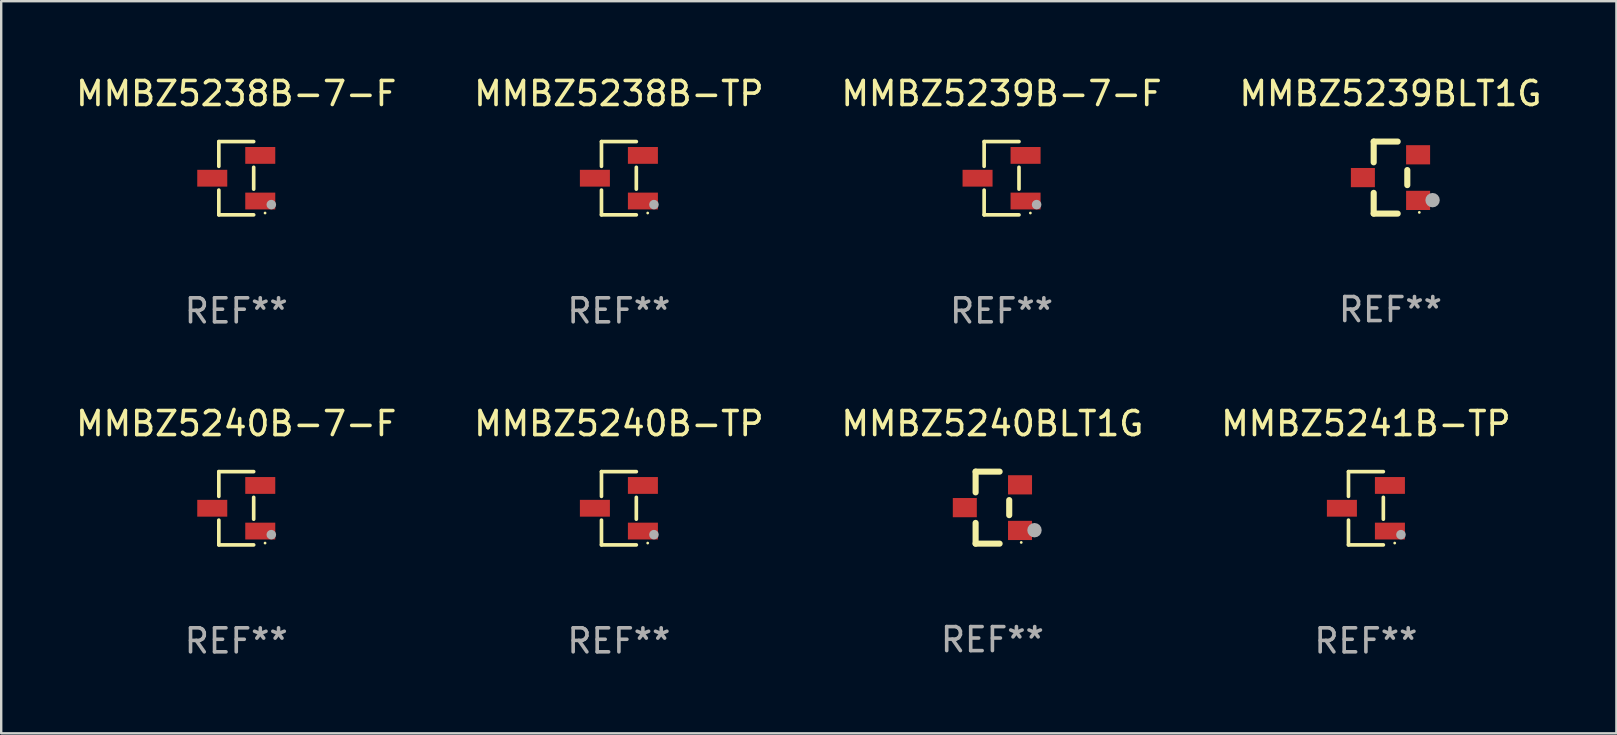
<source format=kicad_pcb>
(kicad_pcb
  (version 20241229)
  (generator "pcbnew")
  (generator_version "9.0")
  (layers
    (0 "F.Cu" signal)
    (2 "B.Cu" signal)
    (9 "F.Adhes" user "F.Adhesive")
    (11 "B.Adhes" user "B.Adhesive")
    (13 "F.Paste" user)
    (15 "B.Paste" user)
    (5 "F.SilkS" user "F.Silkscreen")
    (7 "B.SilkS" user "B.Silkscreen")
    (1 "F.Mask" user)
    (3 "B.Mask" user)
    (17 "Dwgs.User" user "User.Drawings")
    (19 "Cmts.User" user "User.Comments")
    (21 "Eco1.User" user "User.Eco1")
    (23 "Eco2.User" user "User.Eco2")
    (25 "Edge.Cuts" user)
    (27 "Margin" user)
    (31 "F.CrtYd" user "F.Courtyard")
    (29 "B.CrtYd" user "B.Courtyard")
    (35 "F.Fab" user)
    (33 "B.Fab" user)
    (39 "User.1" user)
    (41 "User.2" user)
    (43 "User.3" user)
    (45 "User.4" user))
  (footprint "MMBZ5239B-7-F"
    (layer "F.Cu")
    (at 38.673 4.374)
    (property "Reference" "MMBZ5239B-7-F" (at 0 -3.526 0) (layer "F.SilkS") (effects (font (size 1 1) (thickness 0.15))))
    (attr through_hole)
    (fp_line (start -0.726 -1.526) (end -0.726 -0.495) (stroke (width 0.152) (type solid)) (layer "F.SilkS"))
    (fp_line (start -0.726 1.526) (end -0.726 0.495) (stroke (width 0.152) (type solid)) (layer "F.SilkS"))
    (fp_line (start 0.726 -1.526) (end -0.726 -1.526) (stroke (width 0.152) (type solid)) (layer "F.SilkS"))
    (fp_line (start 0.726 -0.455) (end 0.726 0.455) (stroke (width 0.152) (type solid)) (layer "F.SilkS"))
    (fp_line (start 0.726 1.526) (end -0.726 1.526) (stroke (width 0.152) (type solid)) (layer "F.SilkS"))
    (fp_circle (center 1.2 1.45) (end 1.23 1.45) (stroke (width 0.06) (type solid)) (fill no) (layer "F.SilkS"))
    (fp_circle (center 1.46 1.1) (end 1.56 1.1) (stroke (width 0.2) (type solid)) (fill no) (layer "F.Fab"))
    (fp_text user "REF**" (at 0 5.526 0) (layer "F.Fab") (effects (font (size 1 1) (thickness 0.15))))
    (pad "1" smd rect (at 1 0.95) (size 1.25 0.7) (layers "F.Cu" "F.Mask" "F.Paste"))
    (pad "2" smd rect (at 1 -0.95) (size 1.25 0.7) (layers "F.Cu" "F.Mask" "F.Paste"))
    (pad "3" smd rect (at -1 0) (size 1.25 0.7) (layers "F.Cu" "F.Mask" "F.Paste")))
  (footprint "MMBZ5240B-TP"
    (layer "F.Cu")
    (at 22.732 18.123)
    (property "Reference" "MMBZ5240B-TP" (at 0 -3.526 0) (layer "F.SilkS") (effects (font (size 1 1) (thickness 0.15))))
    (attr through_hole)
    (fp_line (start -0.726 -1.526) (end -0.726 -0.495) (stroke (width 0.152) (type solid)) (layer "F.SilkS"))
    (fp_line (start -0.726 1.526) (end -0.726 0.495) (stroke (width 0.152) (type solid)) (layer "F.SilkS"))
    (fp_line (start 0.726 -1.526) (end -0.726 -1.526) (stroke (width 0.152) (type solid)) (layer "F.SilkS"))
    (fp_line (start 0.726 -0.455) (end 0.726 0.455) (stroke (width 0.152) (type solid)) (layer "F.SilkS"))
    (fp_line (start 0.726 1.526) (end -0.726 1.526) (stroke (width 0.152) (type solid)) (layer "F.SilkS"))
    (fp_circle (center 1.2 1.45) (end 1.23 1.45) (stroke (width 0.06) (type solid)) (fill no) (layer "F.SilkS"))
    (fp_circle (center 1.46 1.1) (end 1.56 1.1) (stroke (width 0.2) (type solid)) (fill no) (layer "F.Fab"))
    (fp_text user "REF**" (at 0 5.526 0) (layer "F.Fab") (effects (font (size 1 1) (thickness 0.15))))
    (pad "1" smd rect (at 1 0.95) (size 1.25 0.7) (layers "F.Cu" "F.Mask" "F.Paste"))
    (pad "2" smd rect (at 1 -0.95) (size 1.25 0.7) (layers "F.Cu" "F.Mask" "F.Paste"))
    (pad "3" smd rect (at -1 0) (size 1.25 0.7) (layers "F.Cu" "F.Mask" "F.Paste")))
  (footprint "MMBZ5240BLT1G"
    (layer "F.Cu")
    (at 38.292 18.097)
    (property "Reference" "MMBZ5240BLT1G" (at 0 -3.5 0) (layer "F.SilkS") (effects (font (size 1 1) (thickness 0.15))))
    (attr through_hole)
    (fp_line (start -0.7 -1.5) (end 0.3 -1.5) (stroke (width 0.254) (type solid)) (layer "F.SilkS"))
    (fp_line (start -0.7 -0.636) (end -0.7 -1.5) (stroke (width 0.254) (type solid)) (layer "F.SilkS"))
    (fp_line (start -0.7 1.5) (end -0.7 0.636) (stroke (width 0.254) (type solid)) (layer "F.SilkS"))
    (fp_line (start -0.7 1.5) (end 0.3 1.5) (stroke (width 0.254) (type solid)) (layer "F.SilkS"))
    (fp_line (start 0.7 0.314) (end 0.7 -0.314) (stroke (width 0.254) (type solid)) (layer "F.SilkS"))
    (fp_circle (center 1.2 1.45) (end 1.23 1.45) (stroke (width 0.06) (type solid)) (fill no) (layer "F.SilkS"))
    (fp_circle (center 1.753 0.94) (end 1.903 0.94) (stroke (width 0.3) (type solid)) (fill no) (layer "F.Fab"))
    (fp_text user "REF**" (at 0 5.5 0) (layer "F.Fab") (effects (font (size 1 1) (thickness 0.15))))
    (pad "1" smd rect (at 1.15 0.95 180) (size 1 0.8) (layers "F.Cu" "F.Mask" "F.Paste"))
    (pad "2" smd rect (at 1.15 -0.95 180) (size 1 0.8) (layers "F.Cu" "F.Mask" "F.Paste"))
    (pad "3" smd rect (at -1.15 -0.000051 180) (size 1 0.8) (layers "F.Cu" "F.Mask" "F.Paste")))
  (footprint "MMBZ5239BLT1G"
    (layer "F.Cu")
    (at 54.875 4.348)
    (property "Reference" "MMBZ5239BLT1G" (at 0 -3.5 0) (layer "F.SilkS") (effects (font (size 1 1) (thickness 0.15))))
    (attr through_hole)
    (fp_line (start -0.7 -1.5) (end 0.3 -1.5) (stroke (width 0.254) (type solid)) (layer "F.SilkS"))
    (fp_line (start -0.7 -0.636) (end -0.7 -1.5) (stroke (width 0.254) (type solid)) (layer "F.SilkS"))
    (fp_line (start -0.7 1.5) (end -0.7 0.636) (stroke (width 0.254) (type solid)) (layer "F.SilkS"))
    (fp_line (start -0.7 1.5) (end 0.3 1.5) (stroke (width 0.254) (type solid)) (layer "F.SilkS"))
    (fp_line (start 0.7 0.314) (end 0.7 -0.314) (stroke (width 0.254) (type solid)) (layer "F.SilkS"))
    (fp_circle (center 1.2 1.45) (end 1.23 1.45) (stroke (width 0.06) (type solid)) (fill no) (layer "F.SilkS"))
    (fp_circle (center 1.753 0.94) (end 1.903 0.94) (stroke (width 0.3) (type solid)) (fill no) (layer "F.Fab"))
    (fp_text user "REF**" (at 0 5.5 0) (layer "F.Fab") (effects (font (size 1 1) (thickness 0.15))))
    (pad "1" smd rect (at 1.15 0.95 180) (size 1 0.8) (layers "F.Cu" "F.Mask" "F.Paste"))
    (pad "2" smd rect (at 1.15 -0.95 180) (size 1 0.8) (layers "F.Cu" "F.Mask" "F.Paste"))
    (pad "3" smd rect (at -1.15 -0.000051 180) (size 1 0.8) (layers "F.Cu" "F.Mask" "F.Paste")))
  (footprint "MMBZ5238B-7-F"
    (layer "F.Cu")
    (at 6.792 4.374)
    (property "Reference" "MMBZ5238B-7-F" (at 0 -3.526 0) (layer "F.SilkS") (effects (font (size 1 1) (thickness 0.15))))
    (attr through_hole)
    (fp_line (start -0.726 -1.526) (end -0.726 -0.495) (stroke (width 0.152) (type solid)) (layer "F.SilkS"))
    (fp_line (start -0.726 1.526) (end -0.726 0.495) (stroke (width 0.152) (type solid)) (layer "F.SilkS"))
    (fp_line (start 0.726 -1.526) (end -0.726 -1.526) (stroke (width 0.152) (type solid)) (layer "F.SilkS"))
    (fp_line (start 0.726 -0.455) (end 0.726 0.455) (stroke (width 0.152) (type solid)) (layer "F.SilkS"))
    (fp_line (start 0.726 1.526) (end -0.726 1.526) (stroke (width 0.152) (type solid)) (layer "F.SilkS"))
    (fp_circle (center 1.2 1.45) (end 1.23 1.45) (stroke (width 0.06) (type solid)) (fill no) (layer "F.SilkS"))
    (fp_circle (center 1.46 1.1) (end 1.56 1.1) (stroke (width 0.2) (type solid)) (fill no) (layer "F.Fab"))
    (fp_text user "REF**" (at 0 5.526 0) (layer "F.Fab") (effects (font (size 1 1) (thickness 0.15))))
    (pad "1" smd rect (at 1 0.95) (size 1.25 0.7) (layers "F.Cu" "F.Mask" "F.Paste"))
    (pad "2" smd rect (at 1 -0.95) (size 1.25 0.7) (layers "F.Cu" "F.Mask" "F.Paste"))
    (pad "3" smd rect (at -1 0) (size 1.25 0.7) (layers "F.Cu" "F.Mask" "F.Paste")))
  (footprint "MMBZ5240B-7-F"
    (layer "F.Cu")
    (at 6.792 18.123)
    (property "Reference" "MMBZ5240B-7-F" (at 0 -3.526 0) (layer "F.SilkS") (effects (font (size 1 1) (thickness 0.15))))
    (attr through_hole)
    (fp_line (start -0.726 -1.526) (end -0.726 -0.495) (stroke (width 0.152) (type solid)) (layer "F.SilkS"))
    (fp_line (start -0.726 1.526) (end -0.726 0.495) (stroke (width 0.152) (type solid)) (layer "F.SilkS"))
    (fp_line (start 0.726 -1.526) (end -0.726 -1.526) (stroke (width 0.152) (type solid)) (layer "F.SilkS"))
    (fp_line (start 0.726 -0.455) (end 0.726 0.455) (stroke (width 0.152) (type solid)) (layer "F.SilkS"))
    (fp_line (start 0.726 1.526) (end -0.726 1.526) (stroke (width 0.152) (type solid)) (layer "F.SilkS"))
    (fp_circle (center 1.2 1.45) (end 1.23 1.45) (stroke (width 0.06) (type solid)) (fill no) (layer "F.SilkS"))
    (fp_circle (center 1.46 1.1) (end 1.56 1.1) (stroke (width 0.2) (type solid)) (fill no) (layer "F.Fab"))
    (fp_text user "REF**" (at 0 5.526 0) (layer "F.Fab") (effects (font (size 1 1) (thickness 0.15))))
    (pad "1" smd rect (at 1 0.95) (size 1.25 0.7) (layers "F.Cu" "F.Mask" "F.Paste"))
    (pad "2" smd rect (at 1 -0.95) (size 1.25 0.7) (layers "F.Cu" "F.Mask" "F.Paste"))
    (pad "3" smd rect (at -1 0) (size 1.25 0.7) (layers "F.Cu" "F.Mask" "F.Paste")))
  (footprint "MMBZ5241B-TP"
    (layer "F.Cu")
    (at 53.851 18.123)
    (property "Reference" "MMBZ5241B-TP" (at 0 -3.526 0) (layer "F.SilkS") (effects (font (size 1 1) (thickness 0.15))))
    (attr through_hole)
    (fp_line (start -0.726 -1.526) (end -0.726 -0.495) (stroke (width 0.152) (type solid)) (layer "F.SilkS"))
    (fp_line (start -0.726 1.526) (end -0.726 0.495) (stroke (width 0.152) (type solid)) (layer "F.SilkS"))
    (fp_line (start 0.726 -1.526) (end -0.726 -1.526) (stroke (width 0.152) (type solid)) (layer "F.SilkS"))
    (fp_line (start 0.726 -0.455) (end 0.726 0.455) (stroke (width 0.152) (type solid)) (layer "F.SilkS"))
    (fp_line (start 0.726 1.526) (end -0.726 1.526) (stroke (width 0.152) (type solid)) (layer "F.SilkS"))
    (fp_circle (center 1.2 1.45) (end 1.23 1.45) (stroke (width 0.06) (type solid)) (fill no) (layer "F.SilkS"))
    (fp_circle (center 1.46 1.1) (end 1.56 1.1) (stroke (width 0.2) (type solid)) (fill no) (layer "F.Fab"))
    (fp_text user "REF**" (at 0 5.526 0) (layer "F.Fab") (effects (font (size 1 1) (thickness 0.15))))
    (pad "1" smd rect (at 1 0.95) (size 1.25 0.7) (layers "F.Cu" "F.Mask" "F.Paste"))
    (pad "2" smd rect (at 1 -0.95) (size 1.25 0.7) (layers "F.Cu" "F.Mask" "F.Paste"))
    (pad "3" smd rect (at -1 0) (size 1.25 0.7) (layers "F.Cu" "F.Mask" "F.Paste")))
  (footprint "MMBZ5238B-TP"
    (layer "F.Cu")
    (at 22.732 4.374)
    (property "Reference" "MMBZ5238B-TP" (at 0 -3.526 0) (layer "F.SilkS") (effects (font (size 1 1) (thickness 0.15))))
    (attr through_hole)
    (fp_line (start -0.726 -1.526) (end -0.726 -0.495) (stroke (width 0.152) (type solid)) (layer "F.SilkS"))
    (fp_line (start -0.726 1.526) (end -0.726 0.495) (stroke (width 0.152) (type solid)) (layer "F.SilkS"))
    (fp_line (start 0.726 -1.526) (end -0.726 -1.526) (stroke (width 0.152) (type solid)) (layer "F.SilkS"))
    (fp_line (start 0.726 -0.455) (end 0.726 0.455) (stroke (width 0.152) (type solid)) (layer "F.SilkS"))
    (fp_line (start 0.726 1.526) (end -0.726 1.526) (stroke (width 0.152) (type solid)) (layer "F.SilkS"))
    (fp_circle (center 1.2 1.45) (end 1.23 1.45) (stroke (width 0.06) (type solid)) (fill no) (layer "F.SilkS"))
    (fp_circle (center 1.46 1.1) (end 1.56 1.1) (stroke (width 0.2) (type solid)) (fill no) (layer "F.Fab"))
    (fp_text user "REF**" (at 0 5.526 0) (layer "F.Fab") (effects (font (size 1 1) (thickness 0.15))))
    (pad "1" smd rect (at 1 0.95) (size 1.25 0.7) (layers "F.Cu" "F.Mask" "F.Paste"))
    (pad "2" smd rect (at 1 -0.95) (size 1.25 0.7) (layers "F.Cu" "F.Mask" "F.Paste"))
    (pad "3" smd rect (at -1 0) (size 1.25 0.7) (layers "F.Cu" "F.Mask" "F.Paste")))
  (gr_rect
    (start -3 -3)
    (end 64.286 27.498)
    (stroke (width 0.1) (type default))
    (fill no)
    (layer "Edge.Cuts")))
</source>
